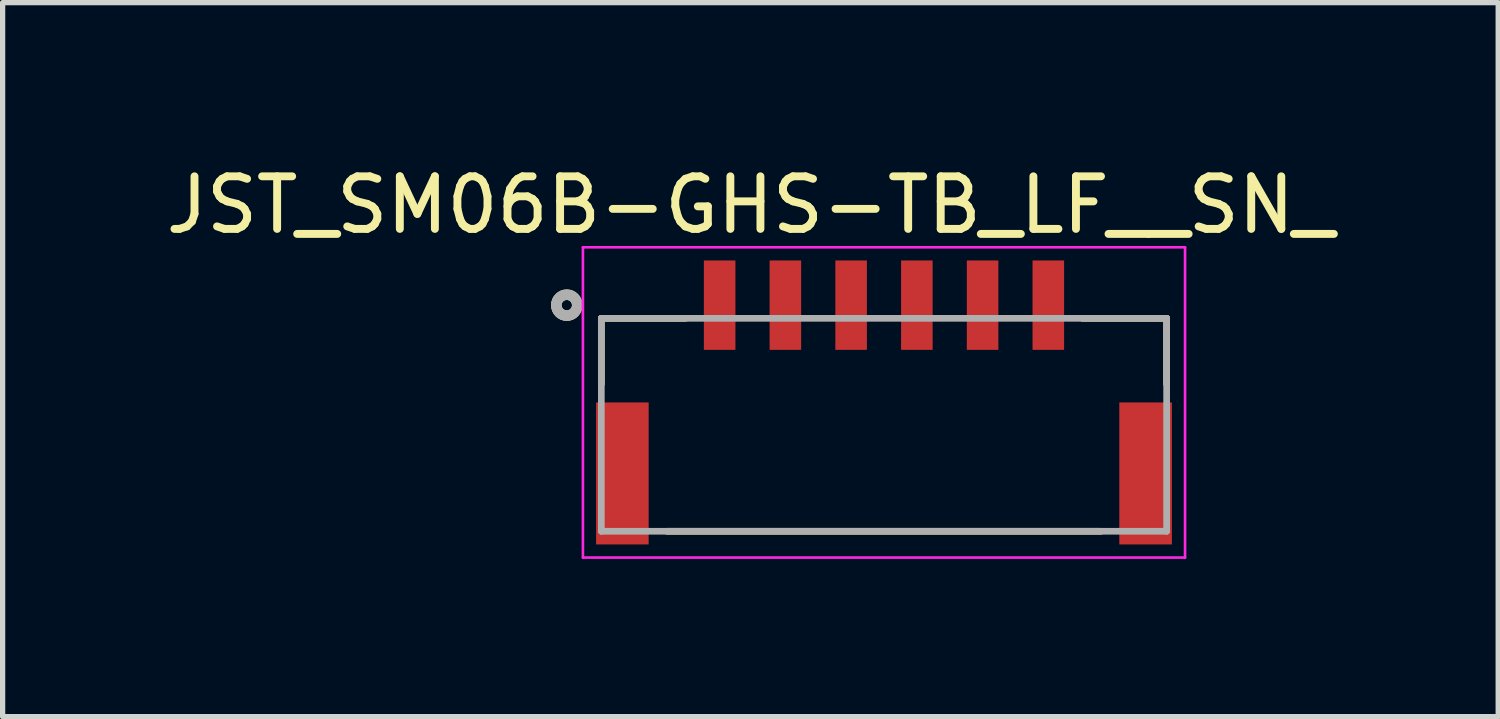
<source format=kicad_pcb>
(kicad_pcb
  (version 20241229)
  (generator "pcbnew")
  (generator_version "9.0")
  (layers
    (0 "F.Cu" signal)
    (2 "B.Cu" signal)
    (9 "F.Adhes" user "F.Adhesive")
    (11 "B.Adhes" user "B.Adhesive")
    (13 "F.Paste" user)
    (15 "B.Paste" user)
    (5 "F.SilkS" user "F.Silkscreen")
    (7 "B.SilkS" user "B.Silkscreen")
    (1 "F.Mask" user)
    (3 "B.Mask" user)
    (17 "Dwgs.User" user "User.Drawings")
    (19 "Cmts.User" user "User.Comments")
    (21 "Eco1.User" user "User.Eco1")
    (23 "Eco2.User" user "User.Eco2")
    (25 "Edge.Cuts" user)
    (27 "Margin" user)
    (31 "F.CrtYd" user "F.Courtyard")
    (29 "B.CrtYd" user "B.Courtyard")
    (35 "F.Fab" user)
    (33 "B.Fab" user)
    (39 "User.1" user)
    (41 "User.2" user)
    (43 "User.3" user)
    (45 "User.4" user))
  (footprint "JST_SM06B-GHS-TB_LF__SN_"
    (layer "F.Cu")
    (at 13.76 4.628)
    (property "Reference" "JST_SM06B-GHS-TB_LF__SN_" (at -2.54 -3.78 0) (layer "F.SilkS") (effects (font (size 1 1) (thickness 0.15))))
    (attr smd)
    (fp_line (start -5.375 -1.625) (end -5.375 -0.375) (stroke (width 0.127) (type solid)) (layer "F.SilkS"))
    (fp_line (start -5.375 -1.625) (end -3.775 -1.625) (stroke (width 0.127) (type solid)) (layer "F.SilkS"))
    (fp_line (start -4.125 2.425) (end 4.125 2.425) (stroke (width 0.127) (type solid)) (layer "F.SilkS"))
    (fp_line (start 5.375 -1.625) (end 3.775 -1.625) (stroke (width 0.127) (type solid)) (layer "F.SilkS"))
    (fp_line (start 5.375 -1.625) (end 5.375 -0.375) (stroke (width 0.127) (type solid)) (layer "F.SilkS"))
    (fp_circle (center -6.032 -1.875) (end -5.933 -1.875) (stroke (width 0.2) (type solid)) (fill no) (layer "F.SilkS"))
    (fp_line (start -5.725 -2.975) (end -5.725 2.925) (stroke (width 0.05) (type solid)) (layer "F.CrtYd"))
    (fp_line (start -5.725 2.925) (end 5.725 2.925) (stroke (width 0.05) (type solid)) (layer "F.CrtYd"))
    (fp_line (start 5.725 -2.975) (end -5.725 -2.975) (stroke (width 0.05) (type solid)) (layer "F.CrtYd"))
    (fp_line (start 5.725 2.925) (end 5.725 -2.975) (stroke (width 0.05) (type solid)) (layer "F.CrtYd"))
    (fp_line (start -5.375 -1.625) (end -5.375 2.425) (stroke (width 0.127) (type solid)) (layer "F.Fab"))
    (fp_line (start -5.375 2.425) (end 5.375 2.425) (stroke (width 0.127) (type solid)) (layer "F.Fab"))
    (fp_line (start 5.375 -1.625) (end -5.375 -1.625) (stroke (width 0.127) (type solid)) (layer "F.Fab"))
    (fp_line (start 5.375 2.425) (end 5.375 -1.625) (stroke (width 0.127) (type solid)) (layer "F.Fab"))
    (fp_circle (center -6.032 -1.875) (end -5.933 -1.875) (stroke (width 0.2) (type solid)) (fill no) (layer "F.Fab"))
    (pad "1" smd rect (at -3.125 -1.875 180) (size 0.6 1.7) (layers "F.Cu" "F.Mask" "F.Paste"))
    (pad "2" smd rect (at -1.875 -1.875 180) (size 0.6 1.7) (layers "F.Cu" "F.Mask" "F.Paste"))
    (pad "3" smd rect (at -0.625 -1.875 180) (size 0.6 1.7) (layers "F.Cu" "F.Mask" "F.Paste"))
    (pad "4" smd rect (at 0.625 -1.875 180) (size 0.6 1.7) (layers "F.Cu" "F.Mask" "F.Paste"))
    (pad "5" smd rect (at 1.875 -1.875 180) (size 0.6 1.7) (layers "F.Cu" "F.Mask" "F.Paste"))
    (pad "6" smd rect (at 3.125 -1.875 180) (size 0.6 1.7) (layers "F.Cu" "F.Mask" "F.Paste"))
    (pad "S1" smd rect (at -4.975 1.325 180) (size 1 2.7) (layers "F.Cu" "F.Mask" "F.Paste"))
    (pad "S2" smd rect (at 4.975 1.325 180) (size 1 2.7) (layers "F.Cu" "F.Mask" "F.Paste")))
  (gr_rect
    (start -3 -3)
    (end 25.44 10.578)
    (stroke (width 0.1) (type default))
    (fill no)
    (layer "Edge.Cuts")))
</source>
